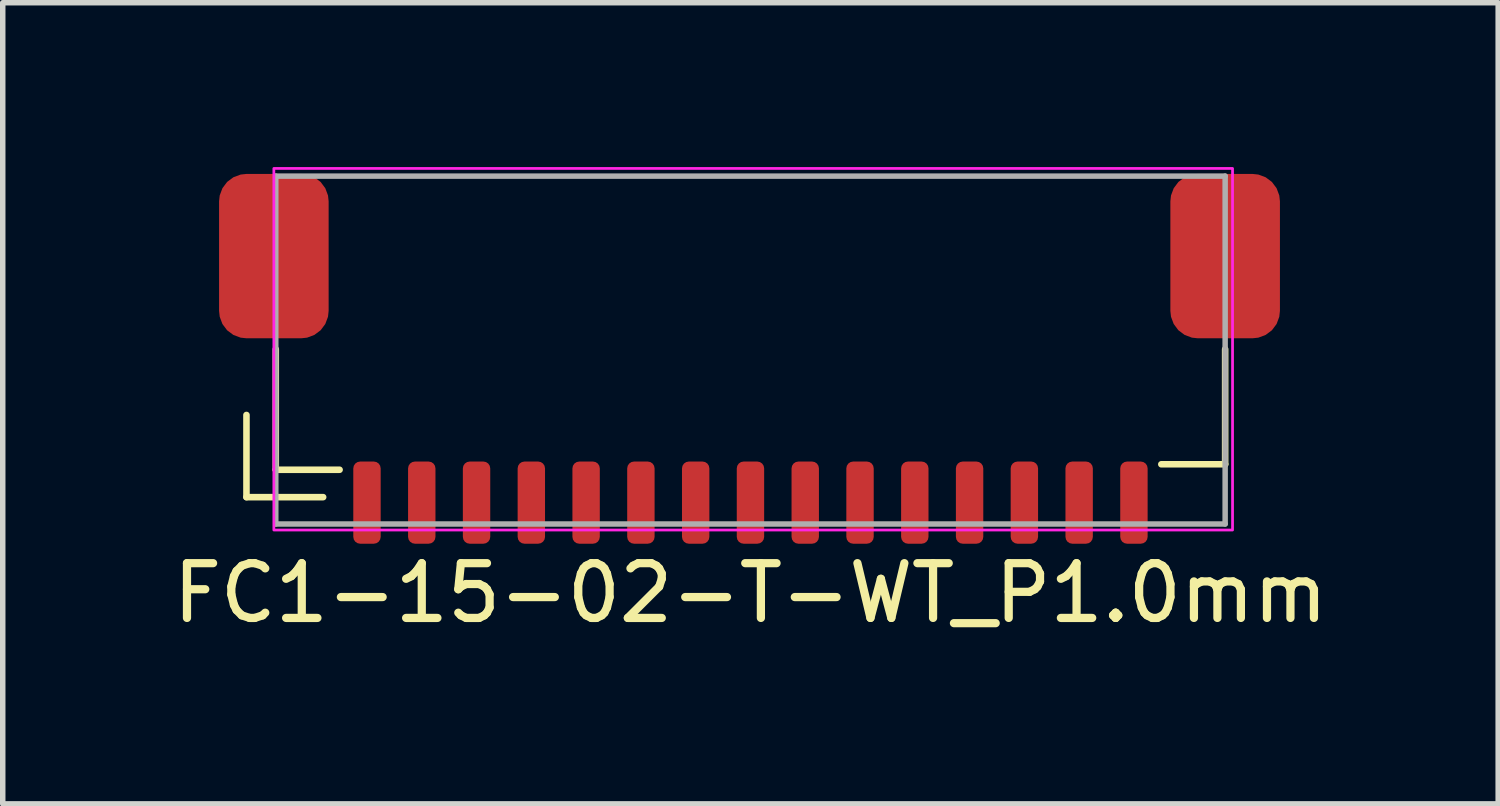
<source format=kicad_pcb>
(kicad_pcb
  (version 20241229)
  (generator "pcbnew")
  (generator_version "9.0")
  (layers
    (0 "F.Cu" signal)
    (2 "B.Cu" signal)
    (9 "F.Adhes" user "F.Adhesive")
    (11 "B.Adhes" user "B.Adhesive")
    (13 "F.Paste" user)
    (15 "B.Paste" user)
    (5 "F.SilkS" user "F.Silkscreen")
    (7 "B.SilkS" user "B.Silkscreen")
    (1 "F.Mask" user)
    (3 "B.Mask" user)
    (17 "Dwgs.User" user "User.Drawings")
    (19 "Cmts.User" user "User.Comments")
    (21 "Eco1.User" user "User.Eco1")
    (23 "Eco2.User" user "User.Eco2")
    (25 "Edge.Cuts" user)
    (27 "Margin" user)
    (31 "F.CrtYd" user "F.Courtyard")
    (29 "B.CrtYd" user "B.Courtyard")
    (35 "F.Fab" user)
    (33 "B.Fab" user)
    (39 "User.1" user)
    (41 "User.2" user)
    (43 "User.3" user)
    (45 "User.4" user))
  (footprint "FC1-15-02-T-WT_P1.0mm"
    (layer "F.Cu")
    (at 10.649 5.325)
    (property "Reference" "FC1-15-02-T-WT_P1.0mm" (at 0 2.45 0) (unlocked yes) (layer "F.SilkS") (effects (font (size 1 1) (thickness 0.15))))
    (attr smd)
    (fp_line (start -9.2 0.7) (end -9.2 -0.8) (stroke (width 0.12) (type solid)) (layer "F.SilkS"))
    (fp_line (start -8.665 0.2) (end -8.665 -2) (stroke (width 0.12) (type solid)) (layer "F.SilkS"))
    (fp_line (start -7.8 0.7) (end -9.2 0.7) (stroke (width 0.12) (type solid)) (layer "F.SilkS"))
    (fp_line (start -7.5 0.2) (end -8.665 0.2) (stroke (width 0.12) (type solid)) (layer "F.SilkS"))
    (fp_line (start 7.5 0.1) (end 8.665 0.1) (stroke (width 0.12) (type solid)) (layer "F.SilkS"))
    (fp_line (start 8.665 0.1) (end 8.665 -2) (stroke (width 0.12) (type solid)) (layer "F.SilkS"))
    (fp_rect (start -8.7 -5.3) (end 8.8 1.3) (stroke (width 0.05) (type solid)) (fill no) (layer "F.CrtYd"))
    (fp_line (start -8.665 1.19) (end -8.665 -5.16) (stroke (width 0.1) (type solid)) (layer "F.Fab"))
    (fp_line (start 8.665 -5.16) (end -8.665 -5.16) (stroke (width 0.1) (type solid)) (layer "F.Fab"))
    (fp_line (start 8.665 1.19) (end -8.665 1.19) (stroke (width 0.1) (type solid)) (layer "F.Fab"))
    (fp_line (start 8.665 1.19) (end 8.665 -5.16) (stroke (width 0.1) (type solid)) (layer "F.Fab"))
    (pad "1" smd roundrect (at -7 0.8) (size 0.5 1.5) (layers "F.Cu" "F.Mask" "F.Paste") (roundrect_rratio 0.25))
    (pad "2" smd roundrect (at -6 0.8) (size 0.5 1.5) (layers "F.Cu" "F.Mask" "F.Paste") (roundrect_rratio 0.25))
    (pad "3" smd roundrect (at -5 0.8) (size 0.5 1.5) (layers "F.Cu" "F.Mask" "F.Paste") (roundrect_rratio 0.25))
    (pad "4" smd roundrect (at -4 0.8) (size 0.5 1.5) (layers "F.Cu" "F.Mask" "F.Paste") (roundrect_rratio 0.25))
    (pad "5" smd roundrect (at -3 0.8) (size 0.5 1.5) (layers "F.Cu" "F.Mask" "F.Paste") (roundrect_rratio 0.25))
    (pad "6" smd roundrect (at -2 0.8) (size 0.5 1.5) (layers "F.Cu" "F.Mask" "F.Paste") (roundrect_rratio 0.25))
    (pad "7" smd roundrect (at -1 0.8) (size 0.5 1.5) (layers "F.Cu" "F.Mask" "F.Paste") (roundrect_rratio 0.25))
    (pad "8" smd roundrect (at 0 0.8) (size 0.5 1.5) (layers "F.Cu" "F.Mask" "F.Paste") (roundrect_rratio 0.25))
    (pad "9" smd roundrect (at 1 0.8) (size 0.5 1.5) (layers "F.Cu" "F.Mask" "F.Paste") (roundrect_rratio 0.25))
    (pad "10" smd roundrect (at 2 0.8) (size 0.5 1.5) (layers "F.Cu" "F.Mask" "F.Paste") (roundrect_rratio 0.25))
    (pad "11" smd roundrect (at 3 0.8) (size 0.5 1.5) (layers "F.Cu" "F.Mask" "F.Paste") (roundrect_rratio 0.25))
    (pad "12" smd roundrect (at 4 0.8) (size 0.5 1.5) (layers "F.Cu" "F.Mask" "F.Paste") (roundrect_rratio 0.25))
    (pad "13" smd roundrect (at 5 0.8) (size 0.5 1.5) (layers "F.Cu" "F.Mask" "F.Paste") (roundrect_rratio 0.25))
    (pad "14" smd roundrect (at 6 0.8) (size 0.5 1.5) (layers "F.Cu" "F.Mask" "F.Paste") (roundrect_rratio 0.25))
    (pad "15" smd roundrect (at 7 0.8) (size 0.5 1.5) (layers "F.Cu" "F.Mask" "F.Paste") (roundrect_rratio 0.25))
    (pad "MP" smd roundrect (at -8.7 -3.7) (size 2 3) (layers "F.Cu" "F.Mask" "F.Paste") (roundrect_rratio 0.25))
    (pad "MP" smd roundrect (at 8.665 -3.7) (size 2 3) (layers "F.Cu" "F.Mask" "F.Paste") (roundrect_rratio 0.25)))
  (gr_rect
    (start -3 -3)
    (end 24.298 11.624)
    (stroke (width 0.1) (type default))
    (fill no)
    (layer "Edge.Cuts")))
</source>
